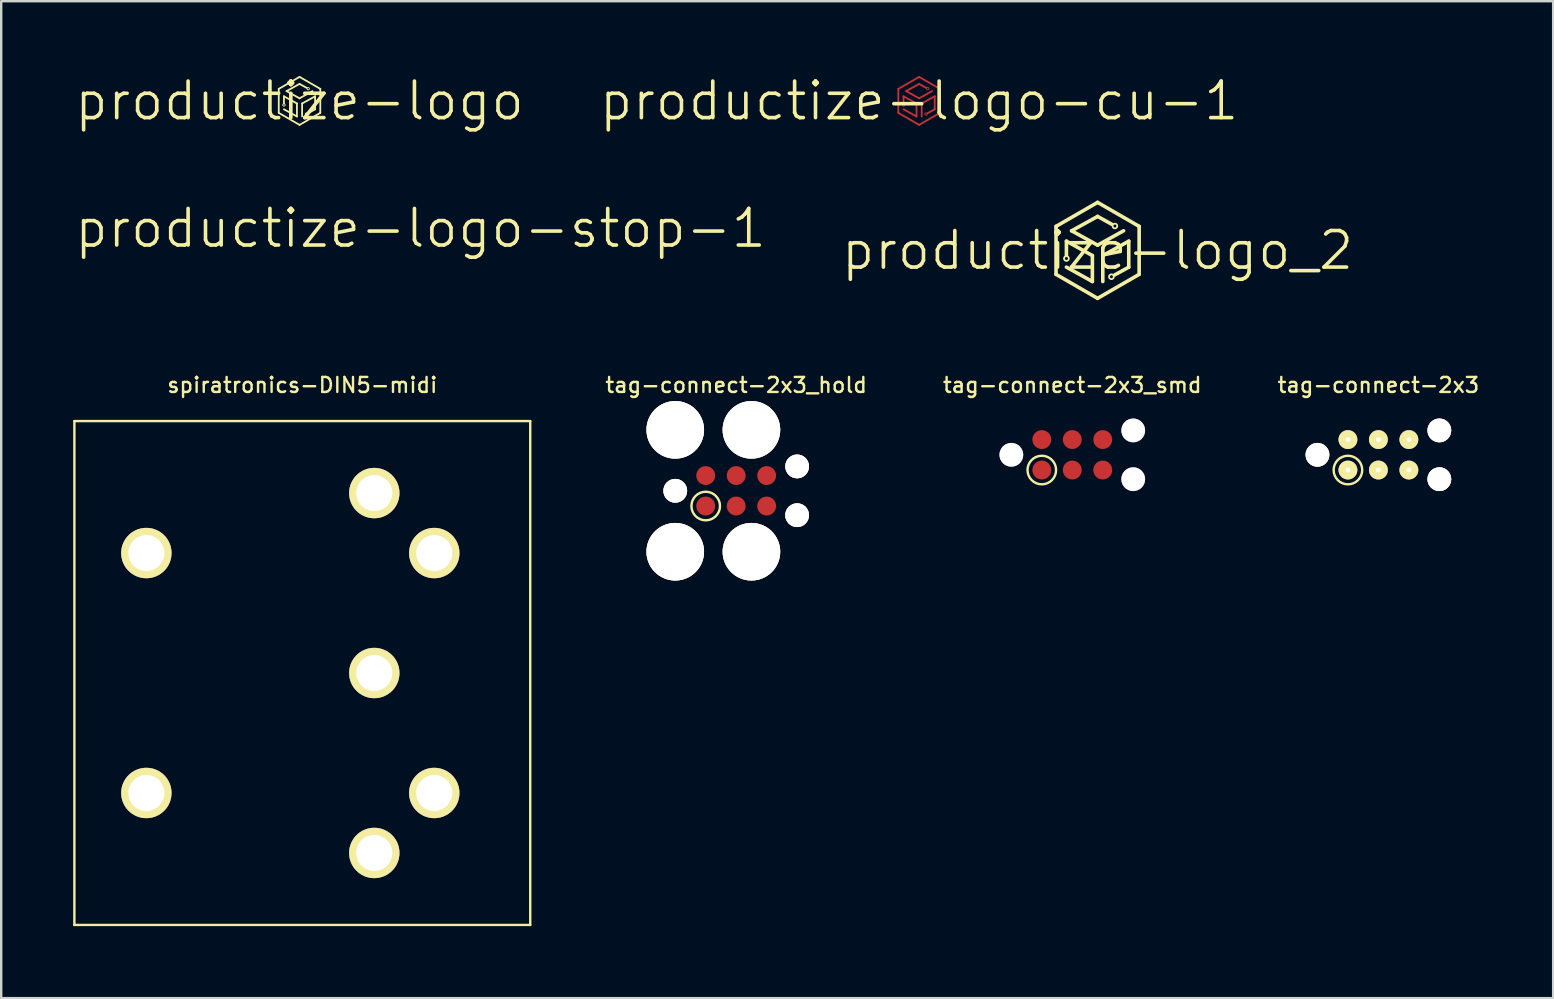
<source format=kicad_pcb>
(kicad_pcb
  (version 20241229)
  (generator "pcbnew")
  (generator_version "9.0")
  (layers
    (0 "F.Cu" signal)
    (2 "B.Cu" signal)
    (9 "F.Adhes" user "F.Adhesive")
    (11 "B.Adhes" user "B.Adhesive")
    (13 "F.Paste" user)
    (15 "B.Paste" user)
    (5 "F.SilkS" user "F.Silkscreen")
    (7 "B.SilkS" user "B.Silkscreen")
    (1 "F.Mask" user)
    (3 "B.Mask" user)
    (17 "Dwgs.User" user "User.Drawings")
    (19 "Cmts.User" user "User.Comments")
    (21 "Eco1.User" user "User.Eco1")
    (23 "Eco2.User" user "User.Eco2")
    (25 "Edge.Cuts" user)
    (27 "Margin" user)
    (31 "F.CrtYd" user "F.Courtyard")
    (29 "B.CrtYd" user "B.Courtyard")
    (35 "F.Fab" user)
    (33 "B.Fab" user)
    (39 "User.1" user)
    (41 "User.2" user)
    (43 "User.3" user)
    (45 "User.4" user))
  (footprint "tag-connect-2x3"
    (layer "F.Cu")
    (at 54.401 15.906)
    (property "Reference" "tag-connect-2x3" (at 0 -2.905 0) (layer "F.SilkS") (effects (font (size 0.625 0.625) (thickness 0.1))))
    (attr through_hole)
    (fp_circle (center -1.27 0.635) (end -0.849 1.056) (stroke (width 0.1) (type solid)) (fill no) (layer "F.SilkS"))
    (pad "1" thru_hole circle (at -1.27 0.635 270) (size 0.787 0.787) (drill 0.2) (layers "*.Cu" "*.Mask" "F.SilkS"))
    (pad "2" thru_hole circle (at -1.27 -0.635 90) (size 0.787 0.787) (drill 0.2) (layers "*.Cu" "*.Mask" "F.SilkS"))
    (pad "3" thru_hole circle (at 0 0.635 270) (size 0.787 0.787) (drill 0.2) (layers "*.Cu" "*.Mask" "F.SilkS"))
    (pad "4" thru_hole circle (at 0 -0.635 90) (size 0.787 0.787) (drill 0.2) (layers "*.Cu" "*.Mask" "F.SilkS"))
    (pad "5" thru_hole circle (at 1.27 0.635 270) (size 0.787 0.787) (drill 0.2) (layers "*.Cu" "*.Mask" "F.SilkS"))
    (pad "6" thru_hole circle (at 1.27 -0.635 90) (size 0.787 0.787) (drill 0.2) (layers "*.Cu" "*.Mask" "F.SilkS"))
    (pad "7" thru_hole circle (at 2.54 -1.016) (size 0.991 0.991) (drill 0.991) (layers "*.Cu" "*.Mask" "F.SilkS"))
    (pad "8" thru_hole circle (at 2.54 1.016 180) (size 0.991 0.991) (drill 0.991) (layers "*.Cu" "*.Mask" "F.SilkS"))
    (pad "9" thru_hole circle (at -2.54 0 180) (size 0.991 0.991) (drill 0.991) (layers "*.Cu" "*.Mask" "F.SilkS")))
  (footprint "tag-connect-2x3_hold"
    (layer "F.Cu")
    (at 27.634 17.406)
    (property "Reference" "tag-connect-2x3_hold" (at 0 -4.405 0) (layer "F.SilkS") (effects (font (size 0.625 0.625) (thickness 0.1))))
    (attr through_hole)
    (fp_circle (center -1.27 0.635) (end -0.849 1.056) (stroke (width 0.1) (type solid)) (fill no) (layer "F.SilkS"))
    (pad "" thru_hole circle (at -2.54 -2.54) (size 2.4 2.4) (drill 2.4) (layers "*.Cu" "*.Mask" "F.SilkS"))
    (pad "" thru_hole circle (at -2.54 2.54 180) (size 2.4 2.4) (drill 2.4) (layers "*.Cu" "*.Mask" "F.SilkS"))
    (pad "" thru_hole circle (at 0.635 -2.54) (size 2.4 2.4) (drill 2.4) (layers "*.Cu" "*.Mask" "F.SilkS"))
    (pad "" thru_hole circle (at 0.635 2.54 180) (size 2.4 2.4) (drill 2.4) (layers "*.Cu" "*.Mask" "F.SilkS"))
    (pad "1" smd oval (at -1.27 0.635 270) (size 0.787 0.787) (layers "F.Cu" "F.Mask" "F.Paste"))
    (pad "2" smd oval (at -1.27 -0.635 90) (size 0.787 0.787) (layers "F.Cu" "F.Mask" "F.Paste"))
    (pad "3" smd oval (at 0 0.635 270) (size 0.787 0.787) (layers "F.Cu" "F.Mask" "F.Paste"))
    (pad "4" smd oval (at 0 -0.635 90) (size 0.787 0.787) (layers "F.Cu" "F.Mask" "F.Paste"))
    (pad "5" smd oval (at 1.27 0.635 270) (size 0.787 0.787) (layers "F.Cu" "F.Mask" "F.Paste"))
    (pad "6" smd oval (at 1.27 -0.635 90) (size 0.787 0.787) (layers "F.Cu" "F.Mask" "F.Paste"))
    (pad "7" thru_hole circle (at 2.54 -1.016) (size 0.991 0.991) (drill 0.991) (layers "*.Cu" "*.Mask" "F.SilkS"))
    (pad "8" thru_hole circle (at 2.54 1.016 180) (size 0.991 0.991) (drill 0.991) (layers "*.Cu" "*.Mask" "F.SilkS"))
    (pad "9" thru_hole circle (at -2.54 0 180) (size 0.991 0.991) (drill 0.991) (layers "*.Cu" "*.Mask" "F.SilkS")))
  (footprint "productize-logo_2"
    (layer "F.Cu")
    (at 42.697 7.385)
    (property "Reference" "productize-logo_2" (at 0 0 0) (layer "F.SilkS") (effects (font (size 1.524 1.524) (thickness 0.15))))
    (attr through_hole)
    (fp_line (start -1.732 1) (end -1.732 -1) (stroke (width 0.15) (type solid)) (layer "F.SilkS"))
    (fp_line (start -1.299 -0.383) (end -1.299 0.204) (stroke (width 0.15) (type solid)) (layer "F.SilkS"))
    (fp_line (start -1.299 0.7) (end -0.217 1.299) (stroke (width 0.15) (type solid)) (layer "F.SilkS"))
    (fp_line (start -0.217 0.217) (end -1.299 -0.383) (stroke (width 0.15) (type solid)) (layer "F.SilkS"))
    (fp_line (start -0.217 0.217) (end -0.217 1.299) (stroke (width 0.15) (type solid)) (layer "F.SilkS"))
    (fp_line (start 0 -2) (end -1.732 -1) (stroke (width 0.15) (type solid)) (layer "F.SilkS"))
    (fp_line (start 0 -2) (end 1.732 -1) (stroke (width 0.15) (type solid)) (layer "F.SilkS"))
    (fp_line (start 0 -1.415) (end -1.083 -0.816) (stroke (width 0.15) (type solid)) (layer "F.SilkS"))
    (fp_line (start 0 -1.415) (end 0.586 -1.09) (stroke (width 0.15) (type solid)) (layer "F.SilkS"))
    (fp_line (start 0 -0.217) (end -1.083 -0.816) (stroke (width 0.15) (type solid)) (layer "F.SilkS"))
    (fp_line (start 0 -0.217) (end 1.083 -0.816) (stroke (width 0.15) (type solid)) (layer "F.SilkS"))
    (fp_line (start 0 2) (end -1.732 1) (stroke (width 0.15) (type solid)) (layer "F.SilkS"))
    (fp_line (start 0 2) (end 1.732 1) (stroke (width 0.15) (type solid)) (layer "F.SilkS"))
    (fp_line (start 0.217 0.217) (end 0.217 1.299) (stroke (width 0.15) (type solid)) (layer "F.SilkS"))
    (fp_line (start 0.217 0.217) (end 1.299 -0.383) (stroke (width 0.15) (type solid)) (layer "F.SilkS"))
    (fp_line (start 1.299 -0.383) (end 1.299 0.7) (stroke (width 0.15) (type solid)) (layer "F.SilkS"))
    (fp_line (start 1.299 0.7) (end 0.713 1.024) (stroke (width 0.15) (type solid)) (layer "F.SilkS"))
    (fp_line (start 1.732 1) (end 1.732 -1) (stroke (width 0.15) (type solid)) (layer "F.SilkS"))
    (fp_circle (center -1.299 0.339) (end -1.228 0.41) (stroke (width 0.075) (type solid)) (fill no) (layer "F.SilkS"))
    (fp_circle (center 0.577 1.099) (end 0.648 1.17) (stroke (width 0.075) (type solid)) (fill no) (layer "F.SilkS"))
    (fp_circle (center 0.722 -1.015) (end 0.792 -0.945) (stroke (width 0.075) (type solid)) (fill no) (layer "F.SilkS")))
  (footprint "productize-logo-stop-1"
    (layer "F.Cu")
    (at 14.478 6.464)
    (property "Reference" "productize-logo-stop-1" (at 0 0 0) (layer "F.SilkS") (effects (font (size 1.524 1.524) (thickness 0.15))))
    (attr through_hole)
    (fp_line (start -0.866 0.5) (end -0.866 -0.5) (stroke (width 0.075) (type solid)) (layer "F.Mask"))
    (fp_line (start -0.65 -0.191) (end -0.65 0.102) (stroke (width 0.075) (type solid)) (layer "F.Mask"))
    (fp_line (start -0.65 0.35) (end -0.108 0.65) (stroke (width 0.075) (type solid)) (layer "F.Mask"))
    (fp_line (start -0.108 0.108) (end -0.65 -0.191) (stroke (width 0.075) (type solid)) (layer "F.Mask"))
    (fp_line (start -0.108 0.108) (end -0.108 0.65) (stroke (width 0.075) (type solid)) (layer "F.Mask"))
    (fp_line (start 0 -1) (end -0.866 -0.5) (stroke (width 0.075) (type solid)) (layer "F.Mask"))
    (fp_line (start 0 -1) (end 0.866 -0.5) (stroke (width 0.075) (type solid)) (layer "F.Mask"))
    (fp_line (start 0 -0.707) (end -0.541 -0.408) (stroke (width 0.075) (type solid)) (layer "F.Mask"))
    (fp_line (start 0 -0.707) (end 0.293 -0.545) (stroke (width 0.075) (type solid)) (layer "F.Mask"))
    (fp_line (start 0 -0.108) (end -0.541 -0.408) (stroke (width 0.075) (type solid)) (layer "F.Mask"))
    (fp_line (start 0 -0.108) (end 0.541 -0.408) (stroke (width 0.075) (type solid)) (layer "F.Mask"))
    (fp_line (start 0 1) (end -0.866 0.5) (stroke (width 0.075) (type solid)) (layer "F.Mask"))
    (fp_line (start 0 1) (end 0.866 0.5) (stroke (width 0.075) (type solid)) (layer "F.Mask"))
    (fp_line (start 0.108 0.108) (end 0.108 0.65) (stroke (width 0.075) (type solid)) (layer "F.Mask"))
    (fp_line (start 0.108 0.108) (end 0.65 -0.191) (stroke (width 0.075) (type solid)) (layer "F.Mask"))
    (fp_line (start 0.65 -0.191) (end 0.65 0.35) (stroke (width 0.075) (type solid)) (layer "F.Mask"))
    (fp_line (start 0.65 0.35) (end 0.356 0.512) (stroke (width 0.075) (type solid)) (layer "F.Mask"))
    (fp_line (start 0.866 0.5) (end 0.866 -0.5) (stroke (width 0.075) (type solid)) (layer "F.Mask"))
    (fp_circle (center -0.65 0.169) (end -0.614 0.205) (stroke (width 0.037) (type solid)) (fill no) (layer "F.Mask"))
    (fp_circle (center 0.289 0.55) (end 0.324 0.585) (stroke (width 0.037) (type solid)) (fill no) (layer "F.Mask"))
    (fp_circle (center 0.361 -0.508) (end 0.396 -0.472) (stroke (width 0.037) (type solid)) (fill no) (layer "F.Mask")))
  (footprint "productize-logo"
    (layer "F.Cu")
    (at 9.434 1.155)
    (property "Reference" "productize-logo" (at 0 0 0) (layer "F.SilkS") (effects (font (size 1.524 1.524) (thickness 0.15))))
    (attr through_hole)
    (fp_line (start -0.866 0.5) (end -0.866 -0.5) (stroke (width 0.075) (type solid)) (layer "F.SilkS"))
    (fp_line (start -0.65 -0.191) (end -0.65 0.102) (stroke (width 0.075) (type solid)) (layer "F.SilkS"))
    (fp_line (start -0.65 0.35) (end -0.108 0.65) (stroke (width 0.075) (type solid)) (layer "F.SilkS"))
    (fp_line (start -0.108 0.108) (end -0.65 -0.191) (stroke (width 0.075) (type solid)) (layer "F.SilkS"))
    (fp_line (start -0.108 0.108) (end -0.108 0.65) (stroke (width 0.075) (type solid)) (layer "F.SilkS"))
    (fp_line (start 0 -1) (end -0.866 -0.5) (stroke (width 0.075) (type solid)) (layer "F.SilkS"))
    (fp_line (start 0 -1) (end 0.866 -0.5) (stroke (width 0.075) (type solid)) (layer "F.SilkS"))
    (fp_line (start 0 -0.707) (end -0.541 -0.408) (stroke (width 0.075) (type solid)) (layer "F.SilkS"))
    (fp_line (start 0 -0.707) (end 0.293 -0.545) (stroke (width 0.075) (type solid)) (layer "F.SilkS"))
    (fp_line (start 0 -0.108) (end -0.541 -0.408) (stroke (width 0.075) (type solid)) (layer "F.SilkS"))
    (fp_line (start 0 -0.108) (end 0.541 -0.408) (stroke (width 0.075) (type solid)) (layer "F.SilkS"))
    (fp_line (start 0 1) (end -0.866 0.5) (stroke (width 0.075) (type solid)) (layer "F.SilkS"))
    (fp_line (start 0 1) (end 0.866 0.5) (stroke (width 0.075) (type solid)) (layer "F.SilkS"))
    (fp_line (start 0.108 0.108) (end 0.108 0.65) (stroke (width 0.075) (type solid)) (layer "F.SilkS"))
    (fp_line (start 0.108 0.108) (end 0.65 -0.191) (stroke (width 0.075) (type solid)) (layer "F.SilkS"))
    (fp_line (start 0.65 -0.191) (end 0.65 0.35) (stroke (width 0.075) (type solid)) (layer "F.SilkS"))
    (fp_line (start 0.65 0.35) (end 0.356 0.512) (stroke (width 0.075) (type solid)) (layer "F.SilkS"))
    (fp_line (start 0.866 0.5) (end 0.866 -0.5) (stroke (width 0.075) (type solid)) (layer "F.SilkS"))
    (fp_circle (center -0.65 0.169) (end -0.614 0.205) (stroke (width 0.037) (type solid)) (fill no) (layer "F.SilkS"))
    (fp_circle (center 0.289 0.55) (end 0.324 0.585) (stroke (width 0.037) (type solid)) (fill no) (layer "F.SilkS"))
    (fp_circle (center 0.361 -0.508) (end 0.396 -0.472) (stroke (width 0.037) (type solid)) (fill no) (layer "F.SilkS")))
  (footprint "spiratronics-DIN5-midi"
    (layer "F.Cu")
    (at 9.55 25.001)
    (property "Reference" "spiratronics-DIN5-midi" (at 0 -12 0) (layer "F.SilkS") (effects (font (size 0.625 0.625) (thickness 0.1))))
    (attr through_hole)
    (fp_line (start -9.5 -10.5) (end -9.5 10.5) (stroke (width 0.1) (type solid)) (layer "F.SilkS"))
    (fp_line (start -9.5 10.5) (end 9.5 10.5) (stroke (width 0.1) (type solid)) (layer "F.SilkS"))
    (fp_line (start 9.5 -10.5) (end -9.5 -10.5) (stroke (width 0.1) (type solid)) (layer "F.SilkS"))
    (fp_line (start 9.5 10.5) (end 9.5 -10.5) (stroke (width 0.1) (type solid)) (layer "F.SilkS"))
    (pad "1" thru_hole circle (at 3 7.5) (size 2.1 2.1) (drill 1.5) (layers "*.Cu" "*.Mask" "F.SilkS"))
    (pad "2" thru_hole circle (at 3 0) (size 2.1 2.1) (drill 1.5) (layers "*.Cu" "*.Mask" "F.SilkS"))
    (pad "3" thru_hole circle (at 3 -7.5 180) (size 2.1 2.1) (drill 1.5) (layers "*.Cu" "*.Mask" "F.SilkS"))
    (pad "4" thru_hole circle (at 5.5 5) (size 2.1 2.1) (drill 1.5) (layers "*.Cu" "*.Mask" "F.SilkS"))
    (pad "5" thru_hole circle (at 5.5 -5 180) (size 2.1 2.1) (drill 1.5) (layers "*.Cu" "*.Mask" "F.SilkS"))
    (pad "6" thru_hole circle (at -6.5 5) (size 2.1 2.1) (drill 1.5) (layers "*.Cu" "*.Mask" "F.SilkS"))
    (pad "7" thru_hole circle (at -6.5 -5 180) (size 2.1 2.1) (drill 1.5) (layers "*.Cu" "*.Mask" "F.SilkS")))
  (footprint "productize-logo-cu-1"
    (layer "F.Cu")
    (at 35.258 1.155)
    (property "Reference" "productize-logo-cu-1" (at 0 0 0) (layer "F.SilkS") (effects (font (size 1.524 1.524) (thickness 0.15))))
    (attr through_hole)
    (fp_line (start -0.866 0.5) (end -0.866 -0.5) (stroke (width 0.075) (type solid)) (layer "F.Cu"))
    (fp_line (start -0.65 -0.191) (end -0.65 0.102) (stroke (width 0.075) (type solid)) (layer "F.Cu"))
    (fp_line (start -0.65 0.35) (end -0.108 0.65) (stroke (width 0.075) (type solid)) (layer "F.Cu"))
    (fp_line (start -0.108 0.108) (end -0.65 -0.191) (stroke (width 0.075) (type solid)) (layer "F.Cu"))
    (fp_line (start -0.108 0.108) (end -0.108 0.65) (stroke (width 0.075) (type solid)) (layer "F.Cu"))
    (fp_line (start 0 -1) (end -0.866 -0.5) (stroke (width 0.075) (type solid)) (layer "F.Cu"))
    (fp_line (start 0 -1) (end 0.866 -0.5) (stroke (width 0.075) (type solid)) (layer "F.Cu"))
    (fp_line (start 0 -0.707) (end -0.541 -0.408) (stroke (width 0.075) (type solid)) (layer "F.Cu"))
    (fp_line (start 0 -0.707) (end 0.293 -0.545) (stroke (width 0.075) (type solid)) (layer "F.Cu"))
    (fp_line (start 0 -0.108) (end -0.541 -0.408) (stroke (width 0.075) (type solid)) (layer "F.Cu"))
    (fp_line (start 0 -0.108) (end 0.541 -0.408) (stroke (width 0.075) (type solid)) (layer "F.Cu"))
    (fp_line (start 0 1) (end -0.866 0.5) (stroke (width 0.075) (type solid)) (layer "F.Cu"))
    (fp_line (start 0 1) (end 0.866 0.5) (stroke (width 0.075) (type solid)) (layer "F.Cu"))
    (fp_line (start 0.108 0.108) (end 0.108 0.65) (stroke (width 0.075) (type solid)) (layer "F.Cu"))
    (fp_line (start 0.108 0.108) (end 0.65 -0.191) (stroke (width 0.075) (type solid)) (layer "F.Cu"))
    (fp_line (start 0.65 -0.191) (end 0.65 0.35) (stroke (width 0.075) (type solid)) (layer "F.Cu"))
    (fp_line (start 0.65 0.35) (end 0.356 0.512) (stroke (width 0.075) (type solid)) (layer "F.Cu"))
    (fp_line (start 0.866 0.5) (end 0.866 -0.5) (stroke (width 0.075) (type solid)) (layer "F.Cu"))
    (fp_circle (center -0.65 0.169) (end -0.614 0.205) (stroke (width 0.037) (type solid)) (fill no) (layer "F.Cu"))
    (fp_circle (center 0.289 0.55) (end 0.324 0.585) (stroke (width 0.037) (type solid)) (fill no) (layer "F.Cu"))
    (fp_circle (center 0.361 -0.508) (end 0.396 -0.472) (stroke (width 0.037) (type solid)) (fill no) (layer "F.Cu")))
  (footprint "tag-connect-2x3_smd"
    (layer "F.Cu")
    (at 41.642 15.906)
    (property "Reference" "tag-connect-2x3_smd" (at 0 -2.905 0) (layer "F.SilkS") (effects (font (size 0.625 0.625) (thickness 0.1))))
    (attr through_hole)
    (fp_circle (center -1.27 0.635) (end -0.849 1.056) (stroke (width 0.1) (type solid)) (fill no) (layer "F.SilkS"))
    (pad "1" smd oval (at -1.27 0.635 270) (size 0.787 0.787) (layers "F.Cu" "F.Mask" "F.Paste"))
    (pad "2" smd oval (at -1.27 -0.635 90) (size 0.787 0.787) (layers "F.Cu" "F.Mask" "F.Paste"))
    (pad "3" smd oval (at 0 0.635 270) (size 0.787 0.787) (layers "F.Cu" "F.Mask" "F.Paste"))
    (pad "4" smd oval (at 0 -0.635 90) (size 0.787 0.787) (layers "F.Cu" "F.Mask" "F.Paste"))
    (pad "5" smd oval (at 1.27 0.635 270) (size 0.787 0.787) (layers "F.Cu" "F.Mask" "F.Paste"))
    (pad "6" smd oval (at 1.27 -0.635 90) (size 0.787 0.787) (layers "F.Cu" "F.Mask" "F.Paste"))
    (pad "7" thru_hole circle (at 2.54 -1.016) (size 0.991 0.991) (drill 0.991) (layers "*.Cu" "*.Mask"))
    (pad "8" thru_hole circle (at 2.54 1.016 180) (size 0.991 0.991) (drill 0.991) (layers "*.Cu" "*.Mask"))
    (pad "9" thru_hole circle (at -2.54 0 180) (size 0.991 0.991) (drill 0.991) (layers "*.Cu" "*.Mask")))
  (gr_rect
    (start -3 -3)
    (end 61.685 38.551)
    (stroke (width 0.1) (type default))
    (fill no)
    (layer "Edge.Cuts")))
</source>
